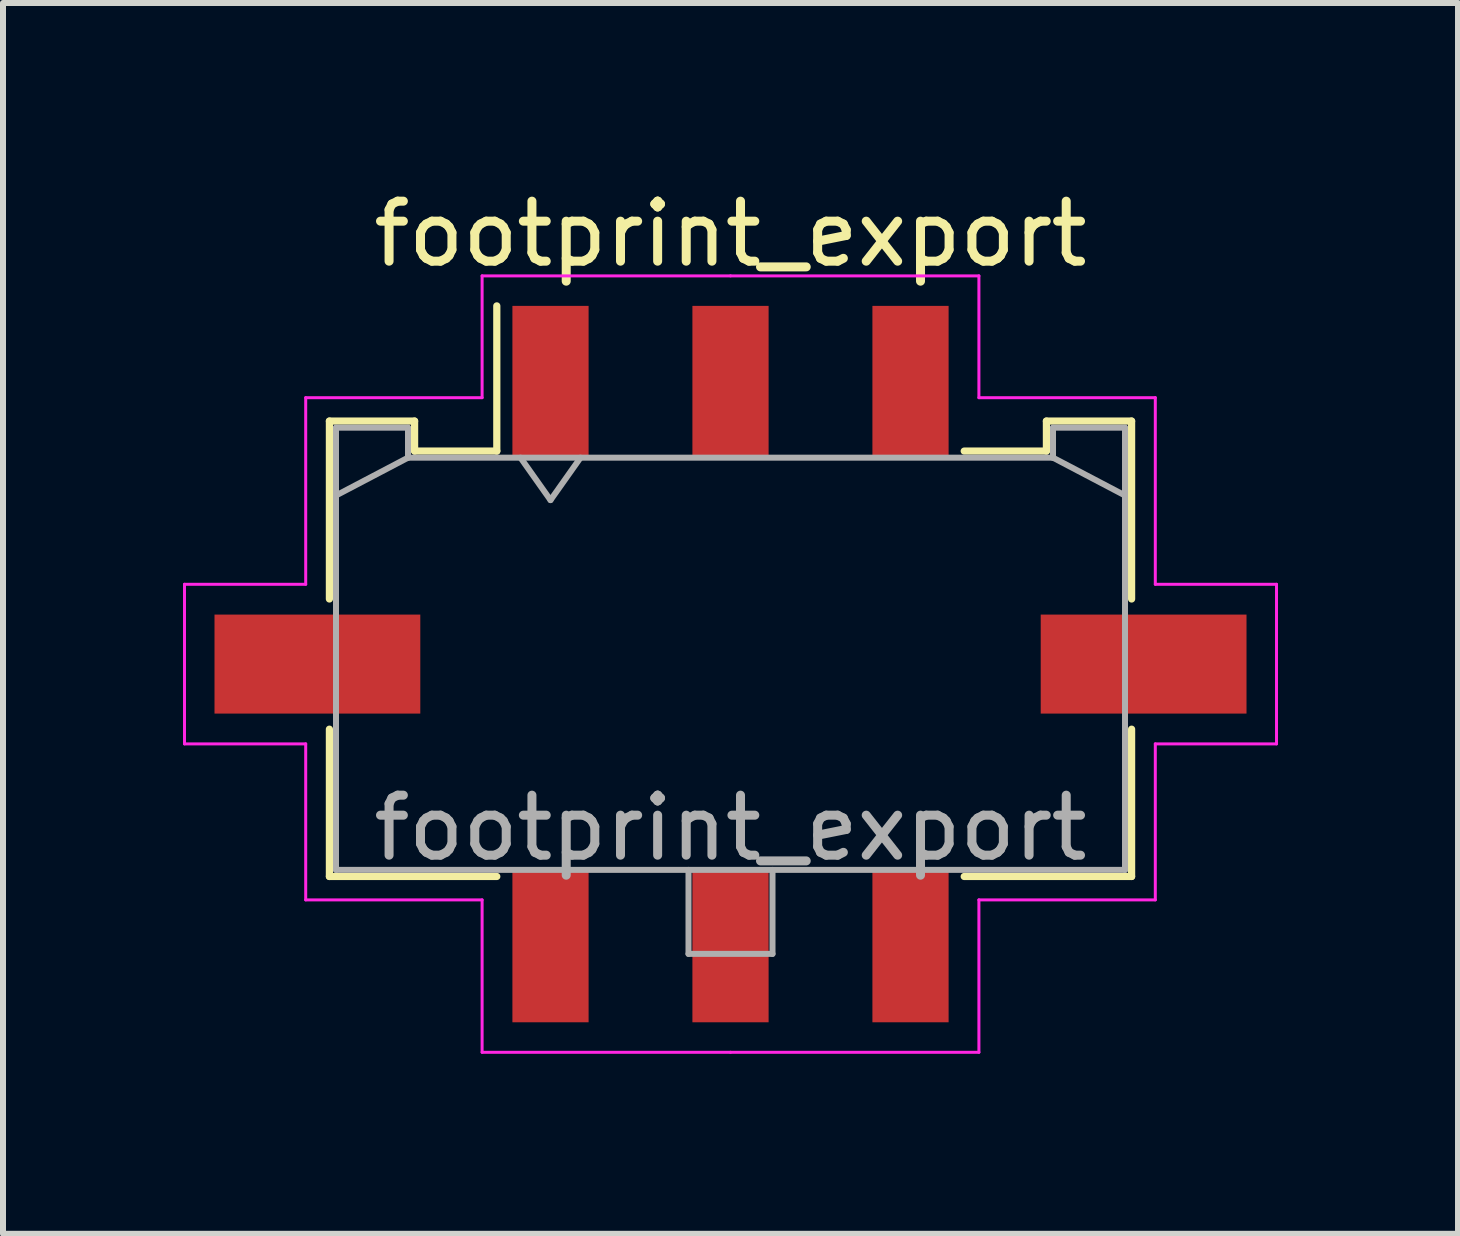
<source format=kicad_pcb>
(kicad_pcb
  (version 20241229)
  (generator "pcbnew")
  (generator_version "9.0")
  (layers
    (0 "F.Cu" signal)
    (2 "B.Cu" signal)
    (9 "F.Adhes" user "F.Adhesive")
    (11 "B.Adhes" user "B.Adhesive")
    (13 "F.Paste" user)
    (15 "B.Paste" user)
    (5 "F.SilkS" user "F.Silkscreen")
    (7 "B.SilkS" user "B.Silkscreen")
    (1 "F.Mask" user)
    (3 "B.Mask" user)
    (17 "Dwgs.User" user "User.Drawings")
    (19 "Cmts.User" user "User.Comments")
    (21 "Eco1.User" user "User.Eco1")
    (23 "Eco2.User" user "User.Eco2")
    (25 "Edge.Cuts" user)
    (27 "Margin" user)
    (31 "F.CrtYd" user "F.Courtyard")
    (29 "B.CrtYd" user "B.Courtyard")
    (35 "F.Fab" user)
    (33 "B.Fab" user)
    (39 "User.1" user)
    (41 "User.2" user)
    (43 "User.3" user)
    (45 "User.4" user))
  (footprint "footprint_export"
    (layer "F.Cu")
    (at 9.125 8.018)
    (property "Reference" "footprint_export" (at 0 -7.17 0) (layer "F.SilkS") (effects (font (size 1 1) (thickness 0.15))))
    (attr smd)
    (fp_line (start -6.685 -4.05) (end -5.265 -4.05) (stroke (width 0.12) (type solid)) (layer "F.SilkS"))
    (fp_line (start -6.685 -1.085) (end -6.685 -4.05) (stroke (width 0.12) (type solid)) (layer "F.SilkS"))
    (fp_line (start -6.685 1.085) (end -6.685 3.54) (stroke (width 0.12) (type solid)) (layer "F.SilkS"))
    (fp_line (start -6.685 3.54) (end -3.895 3.54) (stroke (width 0.12) (type solid)) (layer "F.SilkS"))
    (fp_line (start -5.265 -4.05) (end -5.265 -3.55) (stroke (width 0.12) (type solid)) (layer "F.SilkS"))
    (fp_line (start -5.265 -3.55) (end -3.895 -3.55) (stroke (width 0.12) (type solid)) (layer "F.SilkS"))
    (fp_line (start -3.895 -3.55) (end -3.895 -5.97) (stroke (width 0.12) (type solid)) (layer "F.SilkS"))
    (fp_line (start 5.265 -4.05) (end 5.265 -3.55) (stroke (width 0.12) (type solid)) (layer "F.SilkS"))
    (fp_line (start 5.265 -3.55) (end 3.895 -3.55) (stroke (width 0.12) (type solid)) (layer "F.SilkS"))
    (fp_line (start 6.685 -4.05) (end 5.265 -4.05) (stroke (width 0.12) (type solid)) (layer "F.SilkS"))
    (fp_line (start 6.685 -1.085) (end 6.685 -4.05) (stroke (width 0.12) (type solid)) (layer "F.SilkS"))
    (fp_line (start 6.685 1.085) (end 6.685 3.54) (stroke (width 0.12) (type solid)) (layer "F.SilkS"))
    (fp_line (start 6.685 3.54) (end 3.895 3.54) (stroke (width 0.12) (type solid)) (layer "F.SilkS"))
    (fp_line (start -9.1 -1.33) (end -9.1 1.33) (stroke (width 0.05) (type solid)) (layer "F.CrtYd"))
    (fp_line (start -9.1 1.33) (end -7.08 1.33) (stroke (width 0.05) (type solid)) (layer "F.CrtYd"))
    (fp_line (start -7.08 -4.44) (end -7.08 -1.33) (stroke (width 0.05) (type solid)) (layer "F.CrtYd"))
    (fp_line (start -7.08 -1.33) (end -9.1 -1.33) (stroke (width 0.05) (type solid)) (layer "F.CrtYd"))
    (fp_line (start -7.08 1.33) (end -7.08 3.93) (stroke (width 0.05) (type solid)) (layer "F.CrtYd"))
    (fp_line (start -7.08 3.93) (end -4.14 3.93) (stroke (width 0.05) (type solid)) (layer "F.CrtYd"))
    (fp_line (start -4.14 -6.47) (end -4.14 -4.44) (stroke (width 0.05) (type solid)) (layer "F.CrtYd"))
    (fp_line (start -4.14 -4.44) (end -7.08 -4.44) (stroke (width 0.05) (type solid)) (layer "F.CrtYd"))
    (fp_line (start -4.14 3.93) (end -4.14 6.47) (stroke (width 0.05) (type solid)) (layer "F.CrtYd"))
    (fp_line (start -4.14 6.47) (end 0 6.47) (stroke (width 0.05) (type solid)) (layer "F.CrtYd"))
    (fp_line (start 0 -6.47) (end -4.14 -6.47) (stroke (width 0.05) (type solid)) (layer "F.CrtYd"))
    (fp_line (start 0 -6.47) (end 4.14 -6.47) (stroke (width 0.05) (type solid)) (layer "F.CrtYd"))
    (fp_line (start 4.14 -6.47) (end 4.14 -4.44) (stroke (width 0.05) (type solid)) (layer "F.CrtYd"))
    (fp_line (start 4.14 -4.44) (end 7.08 -4.44) (stroke (width 0.05) (type solid)) (layer "F.CrtYd"))
    (fp_line (start 4.14 3.93) (end 4.14 6.47) (stroke (width 0.05) (type solid)) (layer "F.CrtYd"))
    (fp_line (start 4.14 6.47) (end 0 6.47) (stroke (width 0.05) (type solid)) (layer "F.CrtYd"))
    (fp_line (start 7.08 -4.44) (end 7.08 -1.33) (stroke (width 0.05) (type solid)) (layer "F.CrtYd"))
    (fp_line (start 7.08 -1.33) (end 9.1 -1.33) (stroke (width 0.05) (type solid)) (layer "F.CrtYd"))
    (fp_line (start 7.08 1.33) (end 7.08 3.93) (stroke (width 0.05) (type solid)) (layer "F.CrtYd"))
    (fp_line (start 7.08 3.93) (end 4.14 3.93) (stroke (width 0.05) (type solid)) (layer "F.CrtYd"))
    (fp_line (start 9.1 -1.33) (end 9.1 1.33) (stroke (width 0.05) (type solid)) (layer "F.CrtYd"))
    (fp_line (start 9.1 1.33) (end 7.08 1.33) (stroke (width 0.05) (type solid)) (layer "F.CrtYd"))
    (fp_line (start -6.575 -3.94) (end -6.575 3.43) (stroke (width 0.1) (type solid)) (layer "F.Fab"))
    (fp_line (start -6.575 -2.81) (end -5.375 -3.44) (stroke (width 0.1) (type solid)) (layer "F.Fab"))
    (fp_line (start -6.575 3.43) (end 6.575 3.43) (stroke (width 0.1) (type solid)) (layer "F.Fab"))
    (fp_line (start -5.375 -3.94) (end -6.575 -3.94) (stroke (width 0.1) (type solid)) (layer "F.Fab"))
    (fp_line (start -5.375 -3.44) (end -5.375 -3.94) (stroke (width 0.1) (type solid)) (layer "F.Fab"))
    (fp_line (start -3.5 -3.44) (end -3 -2.733) (stroke (width 0.1) (type solid)) (layer "F.Fab"))
    (fp_line (start -3 -2.733) (end -2.5 -3.44) (stroke (width 0.1) (type solid)) (layer "F.Fab"))
    (fp_line (start -0.7 3.43) (end -0.7 4.83) (stroke (width 0.1) (type solid)) (layer "F.Fab"))
    (fp_line (start -0.7 4.83) (end 0.7 4.83) (stroke (width 0.1) (type solid)) (layer "F.Fab"))
    (fp_line (start 0.7 4.83) (end 0.7 3.43) (stroke (width 0.1) (type solid)) (layer "F.Fab"))
    (fp_line (start 5.375 -3.94) (end 5.375 -3.44) (stroke (width 0.1) (type solid)) (layer "F.Fab"))
    (fp_line (start 5.375 -3.44) (end -5.375 -3.44) (stroke (width 0.1) (type solid)) (layer "F.Fab"))
    (fp_line (start 6.575 -3.94) (end 5.375 -3.94) (stroke (width 0.1) (type solid)) (layer "F.Fab"))
    (fp_line (start 6.575 -2.81) (end 5.375 -3.44) (stroke (width 0.1) (type solid)) (layer "F.Fab"))
    (fp_line (start 6.575 3.43) (end 6.575 -3.94) (stroke (width 0.1) (type solid)) (layer "F.Fab"))
    (fp_text user "${REFERENCE}" (at 0 2.73 0) (layer "F.Fab") (effects (font (size 1 1) (thickness 0.15))))
    (pad "1" smd rect (at -3 -4.7) (size 1.27 2.54) (layers "F.Cu" "F.Mask" "F.Paste"))
    (pad "2" smd rect (at 0 -4.7) (size 1.27 2.54) (layers "F.Cu" "F.Mask" "F.Paste"))
    (pad "3" smd rect (at 3 -4.7) (size 1.27 2.54) (layers "F.Cu" "F.Mask" "F.Paste"))
    (pad "4" smd rect (at -3 4.7) (size 1.27 2.54) (layers "F.Cu" "F.Mask" "F.Paste"))
    (pad "5" smd rect (at 0 4.7) (size 1.27 2.54) (layers "F.Cu" "F.Mask" "F.Paste"))
    (pad "6" smd rect (at 3 4.7) (size 1.27 2.54) (layers "F.Cu" "F.Mask" "F.Paste"))
    (pad "MP" smd rect (at -6.885 0) (size 3.43 1.65) (layers "F.Cu" "F.Mask" "F.Paste"))
    (pad "MP" smd rect (at 6.885 0) (size 3.43 1.65) (layers "F.Cu" "F.Mask" "F.Paste")))
  (gr_rect
    (start -3 -3)
    (end 21.25 17.513)
    (stroke (width 0.1) (type default))
    (fill no)
    (layer "Edge.Cuts")))
</source>
